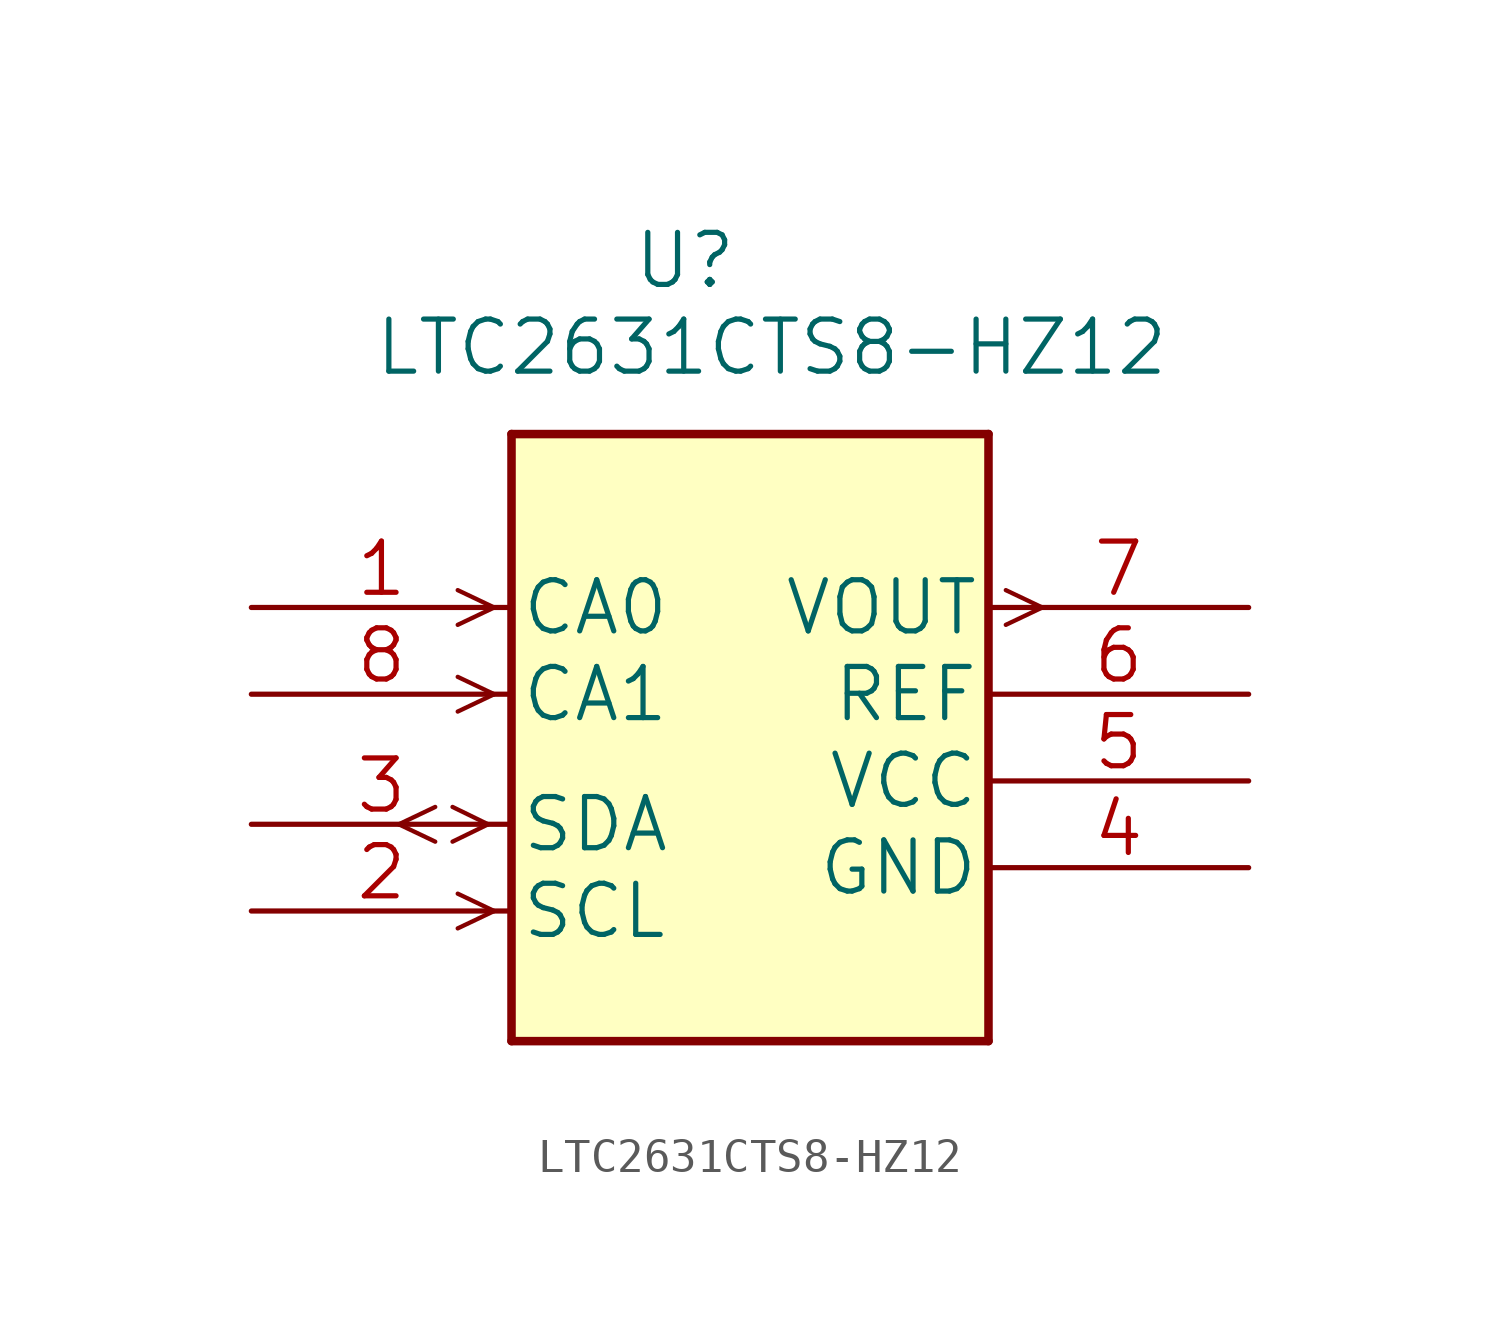
<source format=kicad_sym>
(kicad_symbol_lib
  (version 20211014)
  (generator kicad_symbol_editor)
  (symbol "LTC2631CTS8-HZ12"
    (pin_names
      (offset 0.254))
    (property "Reference" "U"
      (at 12.7 10.16 0)
      (effects (font (size 1.524 1.524))))
    (property "Value" "LTC2631CTS8-HZ12"
      (at 15.24 7.62 0)
      (effects (font (size 1.524 1.524))))
    (property "Datasheet" ""
      (at 0 0 0)
      (effects (font (size 1.524 1.524))))
    (property "ki_locked" ""
      (at 0 0 0)
      (effects (font (size 1.27 1.27))))
    (symbol "LTC2631CTS8-HZ12_1_1"
      (polyline (pts (xy 4.318 -6.35) (xy 5.385 -6.858)) (stroke (width 0.127) (type default) (color 0 0 0 0)) (fill (type none)))
      (polyline (pts (xy 4.318 -6.35) (xy 5.385 -5.842)) (stroke (width 0.127) (type default) (color 0 0 0 0)) (fill (type none)))
      (polyline (pts (xy 5.893 -6.858) (xy 6.934 -6.35)) (stroke (width 0.127) (type default) (color 0 0 0 0)) (fill (type none)))
      (polyline (pts (xy 5.893 -5.842) (xy 6.934 -6.35)) (stroke (width 0.127) (type default) (color 0 0 0 0)) (fill (type none)))
      (polyline (pts (xy 7.112 -8.89) (xy 6.045 -9.398)) (stroke (width 0.127) (type default) (color 0 0 0 0)) (fill (type none)))
      (polyline (pts (xy 7.112 -8.89) (xy 6.045 -8.382)) (stroke (width 0.127) (type default) (color 0 0 0 0)) (fill (type none)))
      (polyline (pts (xy 7.112 -2.54) (xy 6.045 -3.048)) (stroke (width 0.127) (type default) (color 0 0 0 0)) (fill (type none)))
      (polyline (pts (xy 7.112 -2.54) (xy 6.045 -2.032)) (stroke (width 0.127) (type default) (color 0 0 0 0)) (fill (type none)))
      (polyline (pts (xy 7.112 0) (xy 6.045 -0.508)) (stroke (width 0.127) (type default) (color 0 0 0 0)) (fill (type none)))
      (polyline (pts (xy 7.112 0) (xy 6.045 0.508)) (stroke (width 0.127) (type default) (color 0 0 0 0)) (fill (type none)))
      (polyline (pts (xy 7.62 -12.7) (xy 21.59 -12.7)) (stroke (width 0.25) (type default) (color 0 0 0 0)) (fill (type none)))
      (polyline (pts (xy 7.62 5.08) (xy 7.62 -12.7)) (stroke (width 0.25) (type default) (color 0 0 0 0)) (fill (type none)))
      (polyline (pts (xy 21.59 -12.7) (xy 21.59 5.08)) (stroke (width 0.25) (type default) (color 0 0 0 0)) (fill (type none)))
      (polyline (pts (xy 21.59 5.08) (xy 7.62 5.08)) (stroke (width 0.25) (type default) (color 0 0 0 0)) (fill (type none)))
      (polyline (pts (xy 22.098 -0.508) (xy 23.165 0)) (stroke (width 0.127) (type default) (color 0 0 0 0)) (fill (type none)))
      (polyline (pts (xy 22.098 0.508) (xy 23.165 0)) (stroke (width 0.127) (type default) (color 0 0 0 0)) (fill (type none)))
      (rectangle (start 7.62 5.08) (end 21.59 -12.7) (stroke (width 0.152) (type default) (color 0 0 0 0)) (fill (type background)))
      (pin input line (at 0 0 0) (length 7.62) (name "CA0" (effects (font (size 1.499 1.499)))) (number "1" (effects (font (size 1.499 1.499)))))
      (pin input line (at 0 -8.89 0) (length 7.62) (name "SCL" (effects (font (size 1.499 1.499)))) (number "2" (effects (font (size 1.499 1.499)))))
      (pin bidirectional line (at 0 -6.35 0) (length 7.62) (name "SDA" (effects (font (size 1.499 1.499)))) (number "3" (effects (font (size 1.499 1.499)))))
      (pin power_in line (at 29.21 -7.62 180) (length 7.62) (name "GND" (effects (font (size 1.499 1.499)))) (number "4" (effects (font (size 1.499 1.499)))))
      (pin power_in line (at 29.21 -5.08 180) (length 7.62) (name "VCC" (effects (font (size 1.499 1.499)))) (number "5" (effects (font (size 1.499 1.499)))))
      (pin power_in line (at 29.21 -2.54 180) (length 7.62) (name "REF" (effects (font (size 1.499 1.499)))) (number "6" (effects (font (size 1.499 1.499)))))
      (pin output line (at 29.21 0 180) (length 7.62) (name "VOUT" (effects (font (size 1.499 1.499)))) (number "7" (effects (font (size 1.499 1.499)))))
      (pin input line (at 0 -2.54 0) (length 7.62) (name "CA1" (effects (font (size 1.499 1.499)))) (number "8" (effects (font (size 1.499 1.499))))))))
</source>
